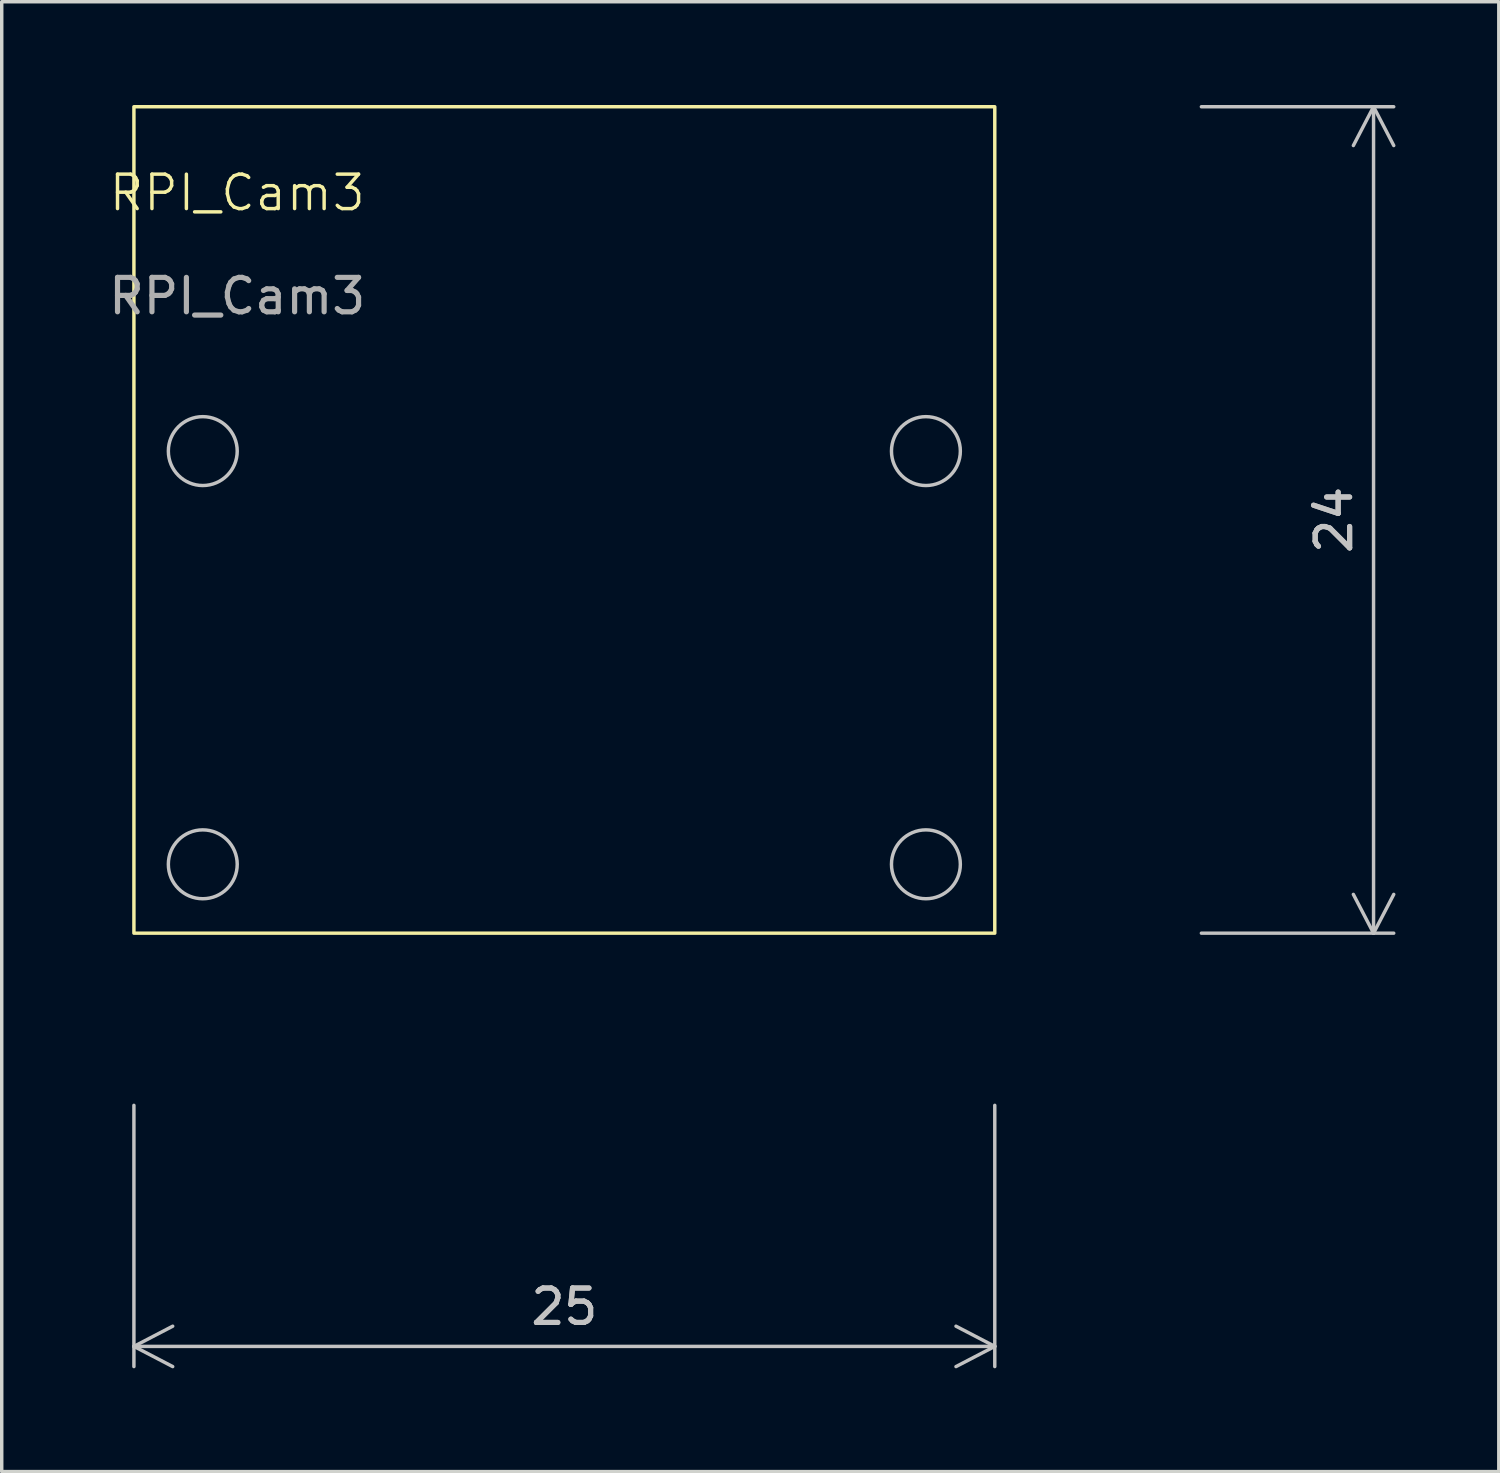
<source format=kicad_pcb>
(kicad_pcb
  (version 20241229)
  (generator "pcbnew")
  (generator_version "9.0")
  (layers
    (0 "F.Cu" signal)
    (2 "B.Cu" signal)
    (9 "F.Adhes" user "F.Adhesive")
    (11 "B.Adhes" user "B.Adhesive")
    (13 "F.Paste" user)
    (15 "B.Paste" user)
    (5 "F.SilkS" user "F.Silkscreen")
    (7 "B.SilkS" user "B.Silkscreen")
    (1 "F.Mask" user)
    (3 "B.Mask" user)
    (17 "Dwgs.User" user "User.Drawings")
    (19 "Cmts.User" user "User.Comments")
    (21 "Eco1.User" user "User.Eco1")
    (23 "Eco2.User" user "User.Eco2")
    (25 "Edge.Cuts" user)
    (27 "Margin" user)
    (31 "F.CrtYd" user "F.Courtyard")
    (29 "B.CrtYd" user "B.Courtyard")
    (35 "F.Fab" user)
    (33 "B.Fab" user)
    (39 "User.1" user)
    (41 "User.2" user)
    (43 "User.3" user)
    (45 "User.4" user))
  (footprint "RPI_Cam3"
    (layer "F.Cu")
    (at 3.839 3.05)
    (property "Reference" "RPI_Cam3" (at 0 -0.5 0) (unlocked yes) (layer "F.SilkS") (effects (font (size 1 1) (thickness 0.1))))
    (attr smd)
    (fp_rect (start -3 -3) (end 22 21) (stroke (width 0.1) (type default)) (fill no) (layer "F.SilkS"))
    (fp_circle (center -1 7) (end 0 7) (stroke (width 0.1) (type default)) (fill no) (layer "Dwgs.User"))
    (fp_circle (center -1 19) (end -2 19) (stroke (width 0.1) (type default)) (fill no) (layer "Dwgs.User"))
    (fp_circle (center 20 7) (end 19 7) (stroke (width 0.1) (type default)) (fill no) (layer "Dwgs.User"))
    (fp_circle (center 20 19) (end 19 19) (stroke (width 0.1) (type default)) (fill no) (layer "Dwgs.User"))
    (fp_text user "${REFERENCE}" (at 0 2.5 0) (unlocked yes) (layer "F.Fab") (effects (font (size 1 1) (thickness 0.15))))
    (dimension (type orthogonal) (layer "Dwgs.User") (pts (xy 31.339 0.05) (xy 31.339 24.05)) (height 5.5) (orientation 1) (format (prefix "") (suffix "") (units 3) (units_format 0) (precision 4) (suppress_zeroes yes)) (style (thickness 0.1) (arrow_length 1.27) (text_position_mode 0) (arrow_direction outward) (extension_height 0.586) (extension_offset 0.5) (keep_text_aligned yes)) (gr_text "24" (at 35.689 12.05 90) (layer "Dwgs.User") (effects (font (size 1 1) (thickness 0.15)))))
    (dimension (type orthogonal) (layer "Dwgs.User") (pts (xy 0.839 28.55) (xy 25.839 28.55)) (height 7.5) (orientation 0) (format (prefix "") (suffix "") (units 3) (units_format 0) (precision 4) (suppress_zeroes yes)) (style (thickness 0.1) (arrow_length 1.27) (text_position_mode 0) (arrow_direction outward) (extension_height 0.586) (extension_offset 0.5) (keep_text_aligned yes)) (gr_text "25" (at 13.339 34.9 0) (layer "Dwgs.User") (effects (font (size 1 1) (thickness 0.15))))))
  (gr_rect
    (start -3 -3)
    (end 40.476 39.686)
    (stroke (width 0.1) (type default))
    (fill no)
    (layer "Edge.Cuts")))
</source>
